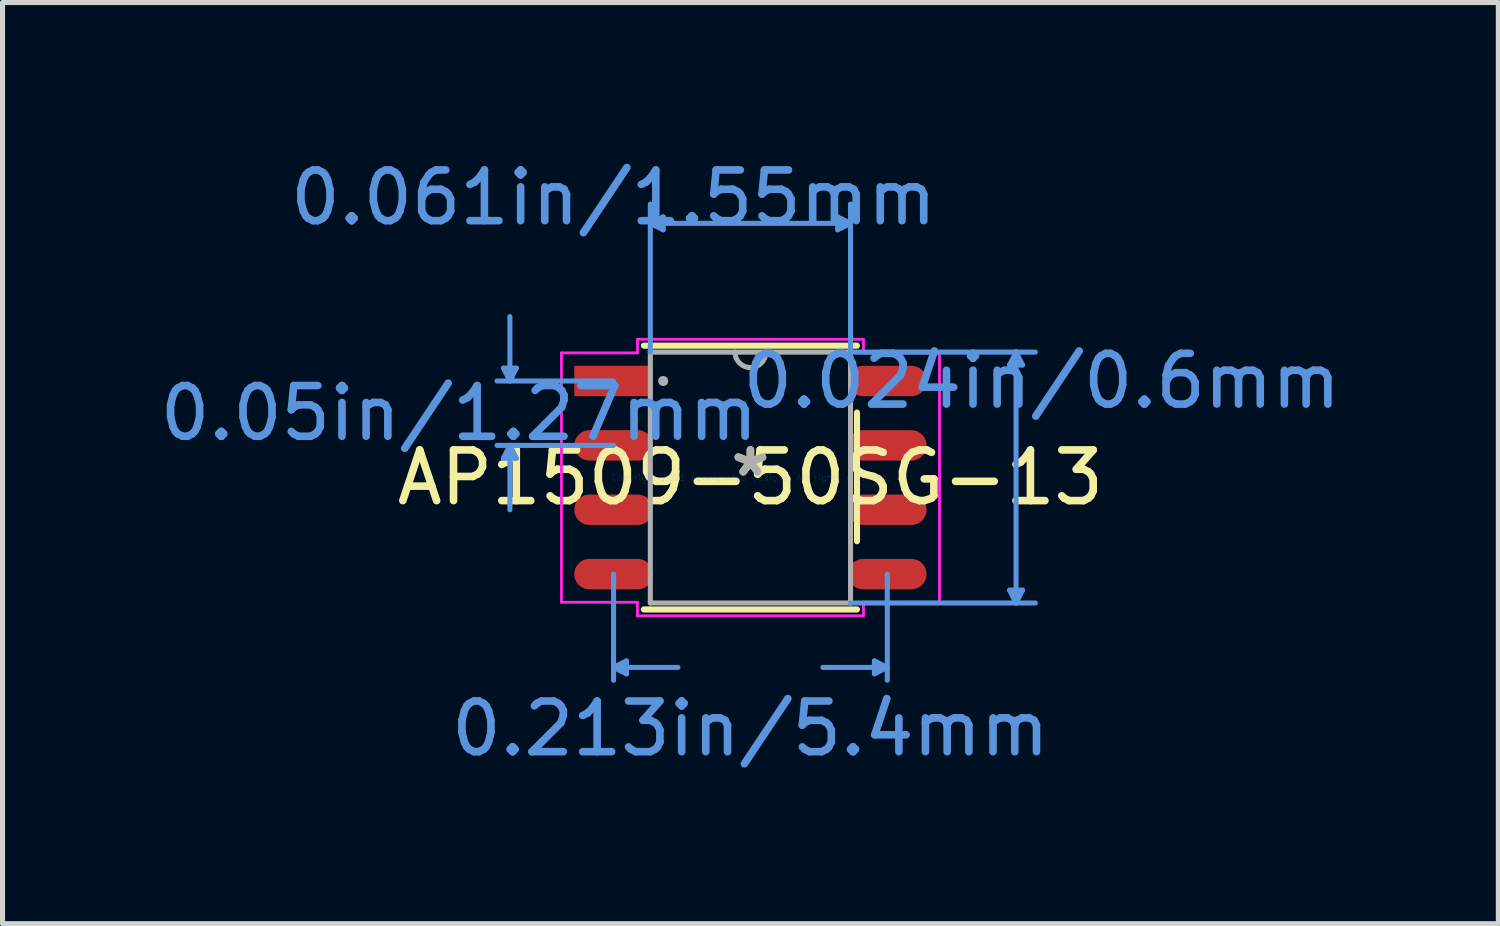
<source format=kicad_pcb>
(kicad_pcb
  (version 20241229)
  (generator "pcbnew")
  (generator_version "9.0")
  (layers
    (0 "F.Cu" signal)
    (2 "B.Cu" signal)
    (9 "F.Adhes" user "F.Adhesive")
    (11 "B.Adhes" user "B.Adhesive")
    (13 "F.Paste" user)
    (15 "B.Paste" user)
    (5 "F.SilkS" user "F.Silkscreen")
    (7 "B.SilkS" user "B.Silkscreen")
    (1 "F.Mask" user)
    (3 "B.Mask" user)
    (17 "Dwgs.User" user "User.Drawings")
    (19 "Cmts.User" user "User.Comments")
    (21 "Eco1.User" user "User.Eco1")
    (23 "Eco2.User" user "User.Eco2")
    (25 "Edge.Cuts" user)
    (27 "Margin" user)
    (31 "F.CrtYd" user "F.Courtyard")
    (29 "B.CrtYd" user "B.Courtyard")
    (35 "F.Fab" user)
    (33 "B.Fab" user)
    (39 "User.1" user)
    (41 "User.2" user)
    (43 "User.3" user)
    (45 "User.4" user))
  (footprint "AP1509-50SG-13"
    (layer "F.Cu")
    (at 11.754 6.371)
    (property "Reference" "AP1509-50SG-13" (at 0 0 0) (layer "F.SilkS") (effects (font (size 1 1) (thickness 0.15))))
    (attr through_hole)
    (fp_line (start -2.102 2.602) (end 2.102 2.602) (stroke (width 0.12) (type solid)) (layer "F.SilkS"))
    (fp_line (start 2.102 -2.602) (end -2.102 -2.602) (stroke (width 0.12) (type solid)) (layer "F.SilkS"))
    (fp_line (start 2.102 -0.014) (end 2.102 -1.284) (stroke (width 0.12) (type solid)) (layer "F.SilkS"))
    (fp_line (start 2.102 1.256) (end 2.102 -0.014) (stroke (width 0.12) (type solid)) (layer "F.SilkS"))
    (fp_line (start -4.872 -2.159) (end -4.745 -1.905) (stroke (width 0.1) (type solid)) (layer "Cmts.User"))
    (fp_line (start -4.872 -0.381) (end -4.745 -0.635) (stroke (width 0.1) (type solid)) (layer "Cmts.User"))
    (fp_line (start -4.745 -1.905) (end -4.745 -3.175) (stroke (width 0.1) (type solid)) (layer "Cmts.User"))
    (fp_line (start -4.745 -1.905) (end -4.618 -2.159) (stroke (width 0.1) (type solid)) (layer "Cmts.User"))
    (fp_line (start -4.745 -0.635) (end -4.745 0.635) (stroke (width 0.1) (type solid)) (layer "Cmts.User"))
    (fp_line (start -4.745 -0.635) (end -4.618 -0.381) (stroke (width 0.1) (type solid)) (layer "Cmts.User"))
    (fp_line (start -4.618 -2.159) (end -4.872 -2.159) (stroke (width 0.1) (type solid)) (layer "Cmts.User"))
    (fp_line (start -4.618 -0.381) (end -4.872 -0.381) (stroke (width 0.1) (type solid)) (layer "Cmts.User"))
    (fp_line (start -2.7 -1.905) (end -4.999 -1.905) (stroke (width 0.1) (type solid)) (layer "Cmts.User"))
    (fp_line (start -2.7 -0.635) (end -4.999 -0.635) (stroke (width 0.1) (type solid)) (layer "Cmts.User"))
    (fp_line (start -2.7 1.905) (end -2.7 3.999) (stroke (width 0.1) (type solid)) (layer "Cmts.User"))
    (fp_line (start -2.7 3.745) (end -2.446 3.872) (stroke (width 0.1) (type solid)) (layer "Cmts.User"))
    (fp_line (start -2.7 3.745) (end -1.43 3.745) (stroke (width 0.1) (type solid)) (layer "Cmts.User"))
    (fp_line (start -2.446 3.618) (end -2.7 3.745) (stroke (width 0.1) (type solid)) (layer "Cmts.User"))
    (fp_line (start -2.446 3.872) (end -2.446 3.618) (stroke (width 0.1) (type solid)) (layer "Cmts.User"))
    (fp_line (start -1.975 -5.015) (end -1.721 -5.142) (stroke (width 0.1) (type solid)) (layer "Cmts.User"))
    (fp_line (start -1.975 -5.015) (end -1.721 -4.888) (stroke (width 0.1) (type solid)) (layer "Cmts.User"))
    (fp_line (start -1.975 -5.015) (end 1.975 -5.015) (stroke (width 0.1) (type solid)) (layer "Cmts.User"))
    (fp_line (start -1.975 -2.475) (end -1.975 -5.396) (stroke (width 0.1) (type solid)) (layer "Cmts.User"))
    (fp_line (start -1.721 -5.142) (end -1.721 -4.888) (stroke (width 0.1) (type solid)) (layer "Cmts.User"))
    (fp_line (start 1.721 -5.142) (end 1.721 -4.888) (stroke (width 0.1) (type solid)) (layer "Cmts.User"))
    (fp_line (start 1.975 -5.015) (end 1.721 -5.142) (stroke (width 0.1) (type solid)) (layer "Cmts.User"))
    (fp_line (start 1.975 -5.015) (end 1.721 -4.888) (stroke (width 0.1) (type solid)) (layer "Cmts.User"))
    (fp_line (start 1.975 -2.475) (end 1.975 -5.396) (stroke (width 0.1) (type solid)) (layer "Cmts.User"))
    (fp_line (start 1.975 -2.475) (end 5.621 -2.475) (stroke (width 0.1) (type solid)) (layer "Cmts.User"))
    (fp_line (start 1.975 2.475) (end 5.621 2.475) (stroke (width 0.1) (type solid)) (layer "Cmts.User"))
    (fp_line (start 2.446 3.618) (end 2.7 3.745) (stroke (width 0.1) (type solid)) (layer "Cmts.User"))
    (fp_line (start 2.446 3.872) (end 2.446 3.618) (stroke (width 0.1) (type solid)) (layer "Cmts.User"))
    (fp_line (start 2.7 1.905) (end 2.7 3.999) (stroke (width 0.1) (type solid)) (layer "Cmts.User"))
    (fp_line (start 2.7 3.745) (end 1.43 3.745) (stroke (width 0.1) (type solid)) (layer "Cmts.User"))
    (fp_line (start 2.7 3.745) (end 2.446 3.872) (stroke (width 0.1) (type solid)) (layer "Cmts.User"))
    (fp_line (start 5.113 -2.221) (end 5.367 -2.221) (stroke (width 0.1) (type solid)) (layer "Cmts.User"))
    (fp_line (start 5.113 2.221) (end 5.367 2.221) (stroke (width 0.1) (type solid)) (layer "Cmts.User"))
    (fp_line (start 5.24 -2.475) (end 5.113 -2.221) (stroke (width 0.1) (type solid)) (layer "Cmts.User"))
    (fp_line (start 5.24 -2.475) (end 5.24 2.475) (stroke (width 0.1) (type solid)) (layer "Cmts.User"))
    (fp_line (start 5.24 -2.475) (end 5.367 -2.221) (stroke (width 0.1) (type solid)) (layer "Cmts.User"))
    (fp_line (start 5.24 2.475) (end 5.113 2.221) (stroke (width 0.1) (type solid)) (layer "Cmts.User"))
    (fp_line (start 5.24 2.475) (end 5.367 2.221) (stroke (width 0.1) (type solid)) (layer "Cmts.User"))
    (fp_line (start -3.729 -2.459) (end -2.229 -2.459) (stroke (width 0.05) (type solid)) (layer "F.CrtYd"))
    (fp_line (start -3.729 -2.459) (end -2.229 -2.459) (stroke (width 0.05) (type solid)) (layer "F.CrtYd"))
    (fp_line (start -3.729 2.459) (end -3.729 -2.459) (stroke (width 0.05) (type solid)) (layer "F.CrtYd"))
    (fp_line (start -3.729 2.459) (end -3.729 -2.459) (stroke (width 0.05) (type solid)) (layer "F.CrtYd"))
    (fp_line (start -3.729 2.459) (end -2.229 2.459) (stroke (width 0.05) (type solid)) (layer "F.CrtYd"))
    (fp_line (start -2.229 -2.729) (end 2.229 -2.729) (stroke (width 0.05) (type solid)) (layer "F.CrtYd"))
    (fp_line (start -2.229 -2.729) (end 2.229 -2.729) (stroke (width 0.05) (type solid)) (layer "F.CrtYd"))
    (fp_line (start -2.229 -2.459) (end -2.229 -2.729) (stroke (width 0.05) (type solid)) (layer "F.CrtYd"))
    (fp_line (start -2.229 -2.459) (end -2.229 -2.729) (stroke (width 0.05) (type solid)) (layer "F.CrtYd"))
    (fp_line (start -2.229 2.459) (end -3.729 2.459) (stroke (width 0.05) (type solid)) (layer "F.CrtYd"))
    (fp_line (start -2.229 2.729) (end -2.229 2.459) (stroke (width 0.05) (type solid)) (layer "F.CrtYd"))
    (fp_line (start -2.229 2.729) (end -2.229 2.459) (stroke (width 0.05) (type solid)) (layer "F.CrtYd"))
    (fp_line (start 2.229 -2.729) (end 2.229 -2.459) (stroke (width 0.05) (type solid)) (layer "F.CrtYd"))
    (fp_line (start 2.229 -2.729) (end 2.229 -2.459) (stroke (width 0.05) (type solid)) (layer "F.CrtYd"))
    (fp_line (start 2.229 -2.459) (end 3.729 -2.459) (stroke (width 0.05) (type solid)) (layer "F.CrtYd"))
    (fp_line (start 2.229 2.459) (end 2.229 2.729) (stroke (width 0.05) (type solid)) (layer "F.CrtYd"))
    (fp_line (start 2.229 2.459) (end 2.229 2.729) (stroke (width 0.05) (type solid)) (layer "F.CrtYd"))
    (fp_line (start 2.229 2.729) (end -2.229 2.729) (stroke (width 0.05) (type solid)) (layer "F.CrtYd"))
    (fp_line (start 2.229 2.729) (end -2.229 2.729) (stroke (width 0.05) (type solid)) (layer "F.CrtYd"))
    (fp_line (start 3.729 -2.459) (end 2.229 -2.459) (stroke (width 0.05) (type solid)) (layer "F.CrtYd"))
    (fp_line (start 3.729 -2.459) (end 3.729 2.459) (stroke (width 0.05) (type solid)) (layer "F.CrtYd"))
    (fp_line (start 3.729 -2.459) (end 3.729 2.459) (stroke (width 0.05) (type solid)) (layer "F.CrtYd"))
    (fp_line (start 3.729 2.459) (end 2.229 2.459) (stroke (width 0.05) (type solid)) (layer "F.CrtYd"))
    (fp_line (start 3.729 2.459) (end 2.229 2.459) (stroke (width 0.05) (type solid)) (layer "F.CrtYd"))
    (fp_line (start -1.975 -2.475) (end -1.975 2.475) (stroke (width 0.1) (type solid)) (layer "F.Fab"))
    (fp_line (start -1.975 2.475) (end 1.975 2.475) (stroke (width 0.1) (type solid)) (layer "F.Fab"))
    (fp_line (start 1.975 -2.475) (end -1.975 -2.475) (stroke (width 0.1) (type solid)) (layer "F.Fab"))
    (fp_line (start 1.975 2.475) (end 1.975 -2.475) (stroke (width 0.1) (type solid)) (layer "F.Fab"))
    (fp_arc (start 0.3048 -2.475) (mid 0 -2.1702) (end -0.3048 -2.475) (stroke (width 0.1) (type solid)) (layer "F.Fab"))
    (fp_circle (center -1.721 -1.905) (end -1.721 -1.905) (stroke (width 0.1) (type solid)) (fill no) (layer "F.Fab"))
    (fp_text user "*" (at 0 0 0) (layer "F.SilkS") (effects (font (size 1 1) (thickness 0.15))))
    (fp_text user "0.024in/0.6mm" (at 5.748 -1.905 0) (layer "Cmts.User") (effects (font (size 1 1) (thickness 0.15))))
    (fp_text user "0.05in/1.27mm" (at -5.748 -1.27 0) (layer "Cmts.User") (effects (font (size 1 1) (thickness 0.15))))
    (fp_text user "0.061in/1.55mm" (at -2.7 -5.523 0) (layer "Cmts.User") (effects (font (size 1 1) (thickness 0.15))))
    (fp_text user "Copyright 2021 Accelerated Designs. All rights reserved." (at 0 0 0) (layer "Cmts.User") (effects (font (size 0.127 0.127) (thickness 0.002))))
    (fp_text user "0.213in/5.4mm" (at 0 4.953 0) (layer "Cmts.User") (effects (font (size 1 1) (thickness 0.15))))
    (fp_text user "*" (at 0 0 0) (layer "F.Fab") (effects (font (size 1 1) (thickness 0.15))))
    (pad "1" smd rect (at -2.7 -1.905) (size 1.55 0.6) (layers "F.Cu" "F.Mask" "F.Paste"))
    (pad "2" smd oval (at -2.7 -0.635) (size 1.55 0.6) (layers "F.Cu" "F.Mask" "F.Paste"))
    (pad "3" smd oval (at -2.7 0.635) (size 1.55 0.6) (layers "F.Cu" "F.Mask" "F.Paste"))
    (pad "4" smd oval (at -2.7 1.905) (size 1.55 0.6) (layers "F.Cu" "F.Mask" "F.Paste"))
    (pad "5" smd oval (at 2.7 1.905) (size 1.55 0.6) (layers "F.Cu" "F.Mask" "F.Paste"))
    (pad "6" smd oval (at 2.7 0.635) (size 1.55 0.6) (layers "F.Cu" "F.Mask" "F.Paste"))
    (pad "7" smd oval (at 2.7 -0.635) (size 1.55 0.6) (layers "F.Cu" "F.Mask" "F.Paste"))
    (pad "8" smd oval (at 2.7 -1.905) (size 1.55 0.6) (layers "F.Cu" "F.Mask" "F.Paste")))
  (gr_rect
    (start -3 -3)
    (end 26.508 15.172)
    (stroke (width 0.1) (type default))
    (fill no)
    (layer "Edge.Cuts")))
</source>
